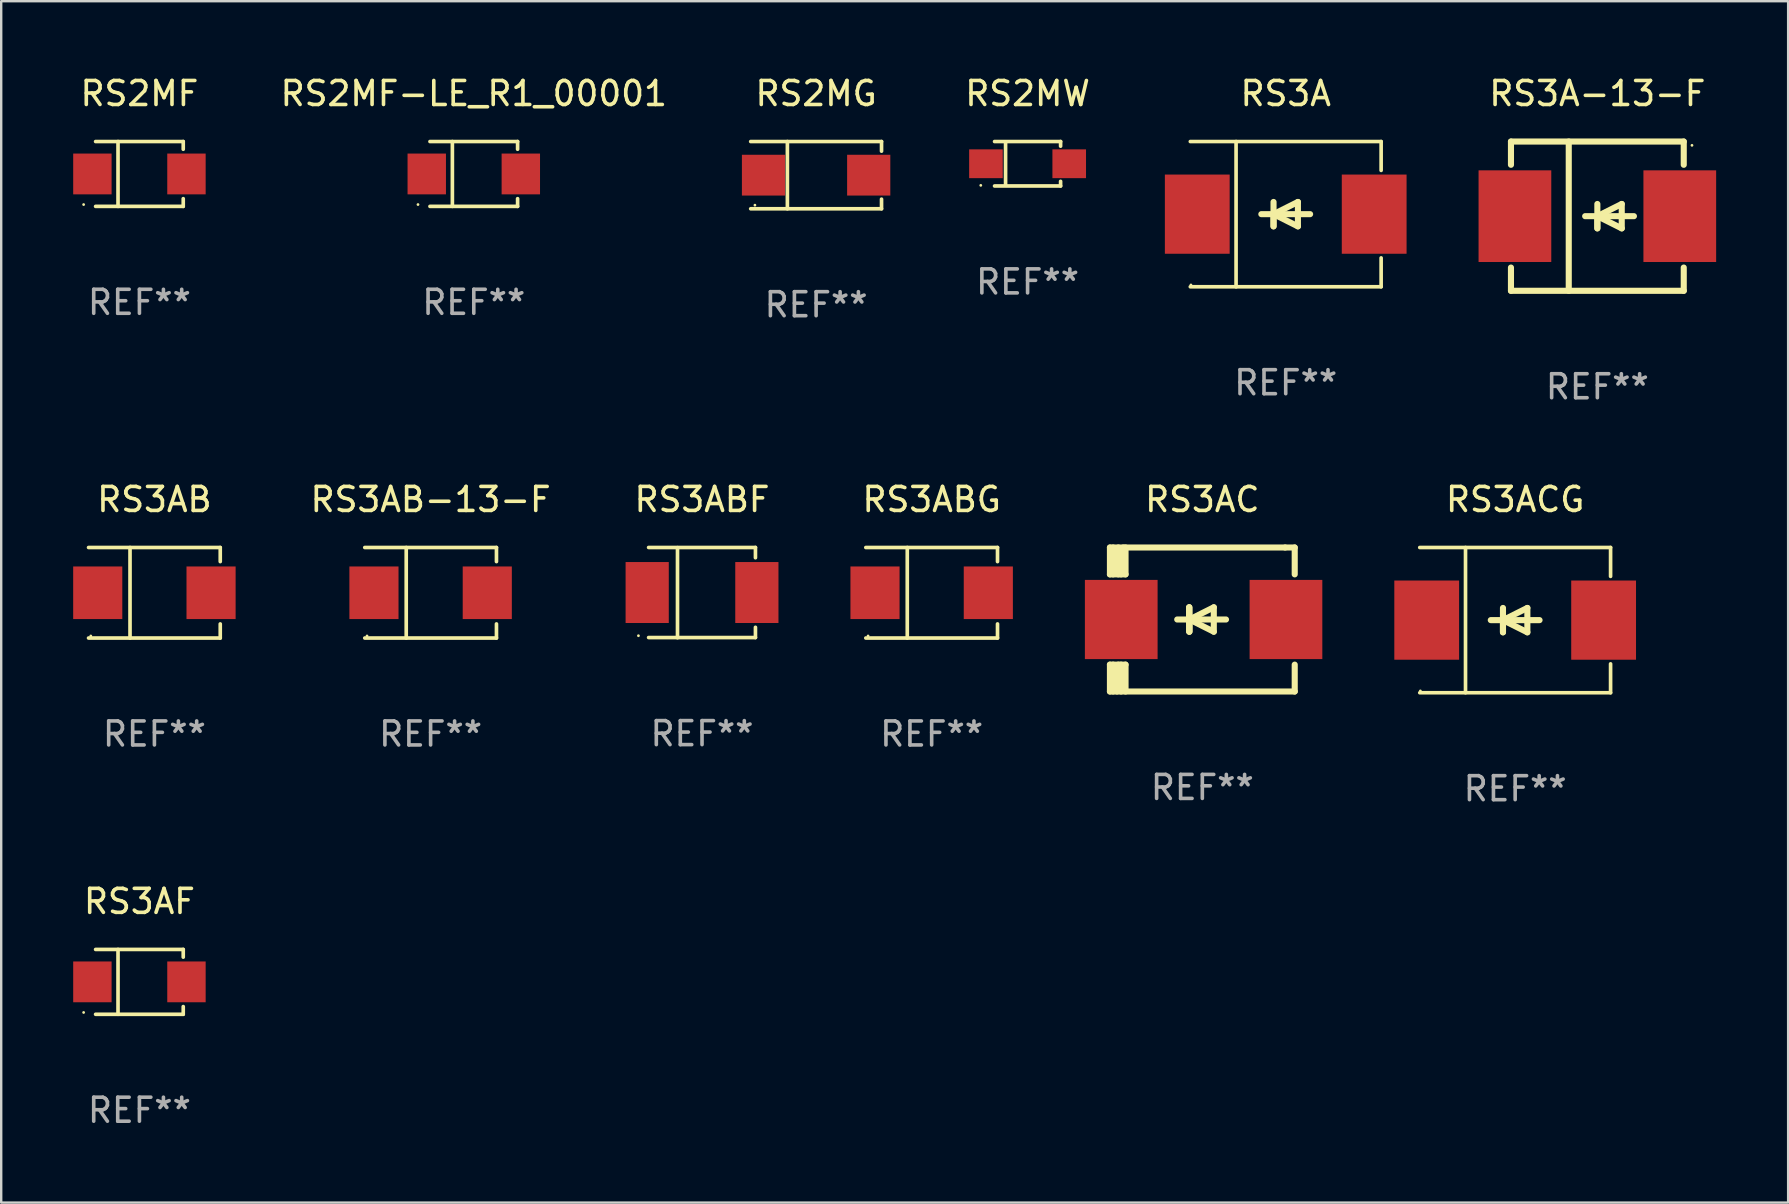
<source format=kicad_pcb>
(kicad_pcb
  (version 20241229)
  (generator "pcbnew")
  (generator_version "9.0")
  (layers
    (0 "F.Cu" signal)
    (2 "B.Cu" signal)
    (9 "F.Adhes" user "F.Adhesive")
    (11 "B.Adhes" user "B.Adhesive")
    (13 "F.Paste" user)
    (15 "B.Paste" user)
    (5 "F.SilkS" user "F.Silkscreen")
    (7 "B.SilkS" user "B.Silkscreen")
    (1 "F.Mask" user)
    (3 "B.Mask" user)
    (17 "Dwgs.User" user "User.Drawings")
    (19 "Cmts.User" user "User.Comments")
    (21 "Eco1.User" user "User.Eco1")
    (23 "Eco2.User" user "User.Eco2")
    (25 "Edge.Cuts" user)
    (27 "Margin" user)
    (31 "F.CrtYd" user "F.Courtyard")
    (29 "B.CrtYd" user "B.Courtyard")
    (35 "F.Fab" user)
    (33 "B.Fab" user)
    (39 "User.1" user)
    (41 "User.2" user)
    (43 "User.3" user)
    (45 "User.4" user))
  (footprint "RS2MW"
    (layer "F.Cu")
    (at 39.77 3.774)
    (property "Reference" "RS2MW" (at 0 -2.926 0) (layer "F.SilkS") (effects (font (size 1 1) (thickness 0.15))))
    (attr through_hole)
    (fp_line (start -1.376 -0.926) (end 1.376 -0.926) (stroke (width 0.152) (type solid)) (layer "F.SilkS"))
    (fp_line (start -1.376 0.926) (end 1.376 0.926) (stroke (width 0.152) (type solid)) (layer "F.SilkS"))
    (fp_line (start -0.917 -0.876) (end -0.917 0.876) (stroke (width 0.152) (type solid)) (layer "F.SilkS"))
    (fp_line (start 1.376 -0.926) (end 1.376 -0.733) (stroke (width 0.152) (type solid)) (layer "F.SilkS"))
    (fp_line (start 1.376 0.926) (end 1.376 0.733) (stroke (width 0.152) (type solid)) (layer "F.SilkS"))
    (fp_circle (center -1.95 0.9) (end -1.92 0.9) (stroke (width 0.06) (type solid)) (fill no) (layer "F.SilkS"))
    (fp_text user "REF**" (at 0 4.926 0) (layer "F.Fab") (effects (font (size 1 1) (thickness 0.15))))
    (pad "1" smd rect (at -1.735 0) (size 1.4 1.2) (layers "F.Cu" "F.Mask" "F.Paste"))
    (pad "2" smd rect (at 1.735 0) (size 1.4 1.2) (layers "F.Cu" "F.Mask" "F.Paste")))
  (footprint "RS3AC"
    (layer "F.Cu")
    (at 47.052 22.765)
    (property "Reference" "RS3AC" (at 0 -5 0) (layer "F.SilkS") (effects (font (size 1 1) (thickness 0.15))))
    (attr through_hole)
    (fp_line (start -3.85 -1.881) (end -3.85 -3) (stroke (width 0.254) (type solid)) (layer "F.SilkS"))
    (fp_line (start -3.85 1.881) (end -3.2 1.881) (stroke (width 0.254) (type solid)) (layer "F.SilkS"))
    (fp_line (start -3.85 3) (end -3.85 1.881) (stroke (width 0.254) (type solid)) (layer "F.SilkS"))
    (fp_line (start -3.719 -1.881) (end -3.719 -3) (stroke (width 0.254) (type solid)) (layer "F.SilkS"))
    (fp_line (start -3.719 3) (end -3.719 1.881) (stroke (width 0.254) (type solid)) (layer "F.SilkS"))
    (fp_line (start -3.5 -3) (end -3.5 -1.881) (stroke (width 0.254) (type solid)) (layer "F.SilkS"))
    (fp_line (start -3.5 1.881) (end -3.5 2.944) (stroke (width 0.254) (type solid)) (layer "F.SilkS"))
    (fp_line (start -3.5 2.944) (end -3.556 3) (stroke (width 0.254) (type solid)) (layer "F.SilkS"))
    (fp_line (start -3.388 -2.906) (end -3.295 -3) (stroke (width 0.254) (type solid)) (layer "F.SilkS"))
    (fp_line (start -3.388 -1.881) (end -3.388 -2.906) (stroke (width 0.254) (type solid)) (layer "F.SilkS"))
    (fp_line (start -3.388 3) (end -3.388 1.881) (stroke (width 0.254) (type solid)) (layer "F.SilkS"))
    (fp_line (start -3.2 -3) (end -3.2 -1.881) (stroke (width 0.254) (type solid)) (layer "F.SilkS"))
    (fp_line (start -3.2 -1.881) (end -3.85 -1.881) (stroke (width 0.254) (type solid)) (layer "F.SilkS"))
    (fp_line (start -3.2 1.881) (end -3.2 3) (stroke (width 0.254) (type solid)) (layer "F.SilkS"))
    (fp_line (start -0.55 -0.508) (end -0.55 0.508) (stroke (width 0.254) (type solid)) (layer "F.SilkS"))
    (fp_line (start -0.55 0) (end -0.55 -0.508) (stroke (width 0.254) (type solid)) (layer "F.SilkS"))
    (fp_line (start -0.538 0) (end -0.538 0.508) (stroke (width 0.254) (type solid)) (layer "F.SilkS"))
    (fp_line (start -0.538 0) (end 0.478 0.508) (stroke (width 0.254) (type solid)) (layer "F.SilkS"))
    (fp_line (start -0.538 0.508) (end -0.538 -0.508) (stroke (width 0.254) (type solid)) (layer "F.SilkS"))
    (fp_line (start 0.478 -0.508) (end -0.538 0) (stroke (width 0.254) (type solid)) (layer "F.SilkS"))
    (fp_line (start 0.478 0.508) (end 0.478 -0.508) (stroke (width 0.254) (type solid)) (layer "F.SilkS"))
    (fp_line (start 0.986 0) (end -1.046 0) (stroke (width 0.254) (type solid)) (layer "F.SilkS"))
    (fp_line (start 3.45 -3) (end -3.85 -3) (stroke (width 0.254) (type solid)) (layer "F.SilkS"))
    (fp_line (start 3.45 -3) (end 3.85 -3) (stroke (width 0.254) (type solid)) (layer "F.SilkS"))
    (fp_line (start 3.85 -3) (end 3.85 -1.881) (stroke (width 0.254) (type solid)) (layer "F.SilkS"))
    (fp_line (start 3.85 1.881) (end 3.85 3) (stroke (width 0.254) (type solid)) (layer "F.SilkS"))
    (fp_line (start 3.85 3) (end -3.85 3) (stroke (width 0.254) (type solid)) (layer "F.SilkS"))
    (fp_circle (center -3.847 2.95) (end -3.817 2.95) (stroke (width 0.06) (type solid)) (fill no) (layer "F.SilkS"))
    (fp_text user "REF**" (at 0 7 0) (layer "F.Fab") (effects (font (size 1 1) (thickness 0.15))))
    (pad "1" smd rect (at -3.379 0) (size 3.03 3.3) (layers "F.Cu" "F.Mask" "F.Paste"))
    (pad "2" smd rect (at 3.485 0) (size 3.03 3.3) (layers "F.Cu" "F.Mask" "F.Paste")))
  (footprint "RS3ABG"
    (layer "F.Cu")
    (at 35.773 21.651)
    (property "Reference" "RS3ABG" (at 0 -3.886 0) (layer "F.SilkS") (effects (font (size 1 1) (thickness 0.15))))
    (attr through_hole)
    (fp_line (start -2.744 -1.886) (end 2.744 -1.886) (stroke (width 0.152) (type solid)) (layer "F.SilkS"))
    (fp_line (start -2.744 1.886) (end 2.744 1.886) (stroke (width 0.152) (type solid)) (layer "F.SilkS"))
    (fp_line (start -1.016 -1.886) (end -1.016 1.886) (stroke (width 0.152) (type solid)) (layer "F.SilkS"))
    (fp_line (start 2.744 -1.886) (end 2.744 -1.299) (stroke (width 0.152) (type solid)) (layer "F.SilkS"))
    (fp_line (start 2.744 1.886) (end 2.744 1.299) (stroke (width 0.152) (type solid)) (layer "F.SilkS"))
    (fp_circle (center -2.65 1.8) (end -2.62 1.8) (stroke (width 0.06) (type solid)) (fill no) (layer "F.SilkS"))
    (fp_text user "REF**" (at 0 5.886 0) (layer "F.Fab") (effects (font (size 1 1) (thickness 0.15))))
    (pad "1" smd rect (at -2.361 0) (size 2.047 2.192) (layers "F.Cu" "F.Mask" "F.Paste"))
    (pad "2" smd rect (at 2.361 0) (size 2.047 2.192) (layers "F.Cu" "F.Mask" "F.Paste")))
  (footprint "RS3A-13-F"
    (layer "F.Cu")
    (at 63.513 5.958)
    (property "Reference" "RS3A-13-F" (at 0 -5.11 0) (layer "F.SilkS") (effects (font (size 1 1) (thickness 0.15))))
    (attr through_hole)
    (fp_line (start -3.6 -3.11) (end -3.6 -2.141) (stroke (width 0.254) (type solid)) (layer "F.SilkS"))
    (fp_line (start -3.6 -3.11) (end 3.6 -3.11) (stroke (width 0.254) (type solid)) (layer "F.SilkS"))
    (fp_line (start -3.6 2.141) (end -3.6 3.11) (stroke (width 0.254) (type solid)) (layer "F.SilkS"))
    (fp_line (start -3.6 3.11) (end 3.6 3.11) (stroke (width 0.254) (type solid)) (layer "F.SilkS"))
    (fp_line (start -1.192 -3.11) (end -1.192 3.11) (stroke (width 0.254) (type solid)) (layer "F.SilkS"))
    (fp_line (start 0 0) (end 0 0.508) (stroke (width 0.254) (type solid)) (layer "F.SilkS"))
    (fp_line (start 0 0) (end 1.016 0.508) (stroke (width 0.254) (type solid)) (layer "F.SilkS"))
    (fp_line (start 0 0.508) (end 0 -0.508) (stroke (width 0.254) (type solid)) (layer "F.SilkS"))
    (fp_line (start 1.016 -0.508) (end 0 0) (stroke (width 0.254) (type solid)) (layer "F.SilkS"))
    (fp_line (start 1.016 0.508) (end 1.016 -0.508) (stroke (width 0.254) (type solid)) (layer "F.SilkS"))
    (fp_line (start 1.524 0) (end -0.508 0) (stroke (width 0.254) (type solid)) (layer "F.SilkS"))
    (fp_line (start 3.6 -3.11) (end 3.6 -2.141) (stroke (width 0.254) (type solid)) (layer "F.SilkS"))
    (fp_line (start 3.6 2.141) (end 3.6 3.11) (stroke (width 0.254) (type solid)) (layer "F.SilkS"))
    (fp_circle (center 3.943 -2.952) (end 3.973 -2.952) (stroke (width 0.06) (type solid)) (fill no) (layer "F.SilkS"))
    (fp_text user "REF**" (at 0 7.11 0) (layer "F.Fab") (effects (font (size 1 1) (thickness 0.15))))
    (pad "1" smd rect (at 3.435 0 180) (size 3.03 3.82) (layers "F.Cu" "F.Mask" "F.Paste"))
    (pad "2" smd rect (at -3.435 0 180) (size 3.03 3.82) (layers "F.Cu" "F.Mask" "F.Paste")))
  (footprint "RS3A"
    (layer "F.Cu")
    (at 50.527 5.874)
    (property "Reference" "RS3A" (at 0 -5.026 0) (layer "F.SilkS") (effects (font (size 1 1) (thickness 0.15))))
    (attr through_hole)
    (fp_line (start -3.976 -3.026) (end 3.976 -3.026) (stroke (width 0.152) (type solid)) (layer "F.SilkS"))
    (fp_line (start -3.976 3.026) (end 3.976 3.026) (stroke (width 0.152) (type solid)) (layer "F.SilkS"))
    (fp_line (start -2.069 -3.026) (end -2.069 3.026) (stroke (width 0.152) (type solid)) (layer "F.SilkS"))
    (fp_line (start -0.508 0) (end -0.508 0.508) (stroke (width 0.254) (type solid)) (layer "F.SilkS"))
    (fp_line (start -0.508 0) (end 0.508 0.508) (stroke (width 0.254) (type solid)) (layer "F.SilkS"))
    (fp_line (start -0.508 0.508) (end -0.508 -0.508) (stroke (width 0.254) (type solid)) (layer "F.SilkS"))
    (fp_line (start 0.508 -0.508) (end -0.508 0) (stroke (width 0.254) (type solid)) (layer "F.SilkS"))
    (fp_line (start 0.508 0.508) (end 0.508 -0.508) (stroke (width 0.254) (type solid)) (layer "F.SilkS"))
    (fp_line (start 1.016 0) (end -1.016 0) (stroke (width 0.254) (type solid)) (layer "F.SilkS"))
    (fp_line (start 3.976 -3.026) (end 3.976 -1.823) (stroke (width 0.152) (type solid)) (layer "F.SilkS"))
    (fp_line (start 3.976 3.026) (end 3.976 1.823) (stroke (width 0.152) (type solid)) (layer "F.SilkS"))
    (fp_circle (center -3.95 2.95) (end -3.92 2.95) (stroke (width 0.06) (type solid)) (fill no) (layer "F.SilkS"))
    (fp_text user "REF**" (at 0 7.026 0) (layer "F.Fab") (effects (font (size 1 1) (thickness 0.15))))
    (pad "1" smd rect (at -3.686 0) (size 2.7 3.3) (layers "F.Cu" "F.Mask" "F.Paste"))
    (pad "2" smd rect (at 3.686 0) (size 2.7 3.3) (layers "F.Cu" "F.Mask" "F.Paste")))
  (footprint "RS2MG"
    (layer "F.Cu")
    (at 30.958 4.249)
    (property "Reference" "RS2MG" (at 0 -3.401 0) (layer "F.SilkS") (effects (font (size 1 1) (thickness 0.15))))
    (attr through_hole)
    (fp_line (start -2.726 -1.401) (end 2.726 -1.401) (stroke (width 0.152) (type solid)) (layer "F.SilkS"))
    (fp_line (start -2.726 1.401) (end 2.726 1.401) (stroke (width 0.152) (type solid)) (layer "F.SilkS"))
    (fp_line (start -1.197 -1.401) (end -1.197 1.401) (stroke (width 0.152) (type solid)) (layer "F.SilkS"))
    (fp_line (start 2.726 -1.401) (end 2.726 -1) (stroke (width 0.152) (type solid)) (layer "F.SilkS"))
    (fp_line (start 2.726 1.401) (end 2.726 1) (stroke (width 0.152) (type solid)) (layer "F.SilkS"))
    (fp_circle (center -2.55 1.25) (end -2.52 1.25) (stroke (width 0.06) (type solid)) (fill no) (layer "F.SilkS"))
    (fp_text user "REF**" (at 0 5.401 0) (layer "F.Fab") (effects (font (size 1 1) (thickness 0.15))))
    (pad "1" smd rect (at -2.192 0) (size 1.8 1.7) (layers "F.Cu" "F.Mask" "F.Paste"))
    (pad "2" smd rect (at 2.192 0) (size 1.8 1.7) (layers "F.Cu" "F.Mask" "F.Paste")))
  (footprint "RS3AB"
    (layer "F.Cu")
    (at 3.384 21.651)
    (property "Reference" "RS3AB" (at 0 -3.886 0) (layer "F.SilkS") (effects (font (size 1 1) (thickness 0.15))))
    (attr through_hole)
    (fp_line (start -2.744 -1.886) (end 2.744 -1.886) (stroke (width 0.152) (type solid)) (layer "F.SilkS"))
    (fp_line (start -2.744 1.886) (end 2.744 1.886) (stroke (width 0.152) (type solid)) (layer "F.SilkS"))
    (fp_line (start -1.016 -1.886) (end -1.016 1.886) (stroke (width 0.152) (type solid)) (layer "F.SilkS"))
    (fp_line (start 2.744 -1.886) (end 2.744 -1.299) (stroke (width 0.152) (type solid)) (layer "F.SilkS"))
    (fp_line (start 2.744 1.886) (end 2.744 1.299) (stroke (width 0.152) (type solid)) (layer "F.SilkS"))
    (fp_circle (center -2.65 1.8) (end -2.62 1.8) (stroke (width 0.06) (type solid)) (fill no) (layer "F.SilkS"))
    (fp_text user "REF**" (at 0 5.886 0) (layer "F.Fab") (effects (font (size 1 1) (thickness 0.15))))
    (pad "1" smd rect (at -2.361 0) (size 2.047 2.192) (layers "F.Cu" "F.Mask" "F.Paste"))
    (pad "2" smd rect (at 2.361 0) (size 2.047 2.192) (layers "F.Cu" "F.Mask" "F.Paste")))
  (footprint "RS3AF"
    (layer "F.Cu")
    (at 2.76 37.865)
    (property "Reference" "RS3AF" (at 0 -3.351 0) (layer "F.SilkS") (effects (font (size 1 1) (thickness 0.15))))
    (attr through_hole)
    (fp_line (start -1.826 -1.351) (end 1.826 -1.351) (stroke (width 0.152) (type solid)) (layer "F.SilkS"))
    (fp_line (start -1.826 1.351) (end 1.826 1.351) (stroke (width 0.152) (type solid)) (layer "F.SilkS"))
    (fp_line (start -0.892 -1.351) (end -0.892 1.351) (stroke (width 0.152) (type solid)) (layer "F.SilkS"))
    (fp_line (start 1.826 -1.351) (end 1.826 -1.03) (stroke (width 0.152) (type solid)) (layer "F.SilkS"))
    (fp_line (start 1.826 1.03) (end 1.826 1.351) (stroke (width 0.152) (type solid)) (layer "F.SilkS"))
    (fp_circle (center -2.325 1.275) (end -2.295 1.275) (stroke (width 0.06) (type solid)) (fill no) (layer "F.SilkS"))
    (fp_text user "REF**" (at 0 5.351 0) (layer "F.Fab") (effects (font (size 1 1) (thickness 0.15))))
    (pad "1" smd rect (at -1.96 0 180) (size 1.6 1.7) (layers "F.Cu" "F.Mask" "F.Paste"))
    (pad "2" smd rect (at 1.96 0 180) (size 1.6 1.7) (layers "F.Cu" "F.Mask" "F.Paste")))
  (footprint "RS2MF"
    (layer "F.Cu")
    (at 2.76 4.199)
    (property "Reference" "RS2MF" (at 0 -3.351 0) (layer "F.SilkS") (effects (font (size 1 1) (thickness 0.15))))
    (attr through_hole)
    (fp_line (start -1.826 -1.351) (end 1.826 -1.351) (stroke (width 0.152) (type solid)) (layer "F.SilkS"))
    (fp_line (start -1.826 1.351) (end 1.826 1.351) (stroke (width 0.152) (type solid)) (layer "F.SilkS"))
    (fp_line (start -0.892 -1.351) (end -0.892 1.351) (stroke (width 0.152) (type solid)) (layer "F.SilkS"))
    (fp_line (start 1.826 -1.351) (end 1.826 -1.03) (stroke (width 0.152) (type solid)) (layer "F.SilkS"))
    (fp_line (start 1.826 1.03) (end 1.826 1.351) (stroke (width 0.152) (type solid)) (layer "F.SilkS"))
    (fp_circle (center -2.325 1.275) (end -2.295 1.275) (stroke (width 0.06) (type solid)) (fill no) (layer "F.SilkS"))
    (fp_text user "REF**" (at 0 5.351 0) (layer "F.Fab") (effects (font (size 1 1) (thickness 0.15))))
    (pad "1" smd rect (at -1.96 0 180) (size 1.6 1.7) (layers "F.Cu" "F.Mask" "F.Paste"))
    (pad "2" smd rect (at 1.96 0 180) (size 1.6 1.7) (layers "F.Cu" "F.Mask" "F.Paste")))
  (footprint "RS3ABF"
    (layer "F.Cu")
    (at 26.204 21.644)
    (property "Reference" "RS3ABF" (at 0 -3.88 0) (layer "F.SilkS") (effects (font (size 1 1) (thickness 0.15))))
    (attr through_hole)
    (fp_line (start -2.226 -1.88) (end 2.226 -1.88) (stroke (width 0.152) (type solid)) (layer "F.SilkS"))
    (fp_line (start -2.226 1.873) (end 2.226 1.873) (stroke (width 0.152) (type solid)) (layer "F.SilkS"))
    (fp_line (start -1.022 -1.873) (end -1.022 1.88) (stroke (width 0.152) (type solid)) (layer "F.SilkS"))
    (fp_line (start 2.226 -1.88) (end 2.226 -1.453) (stroke (width 0.152) (type solid)) (layer "F.SilkS"))
    (fp_line (start 2.226 1.447) (end 2.226 1.873) (stroke (width 0.152) (type solid)) (layer "F.SilkS"))
    (fp_circle (center -2.65 1.797) (end -2.62 1.797) (stroke (width 0.06) (type solid)) (fill no) (layer "F.SilkS"))
    (fp_text user "REF**" (at 0 5.88 0) (layer "F.Fab") (effects (font (size 1 1) (thickness 0.15))))
    (pad "1" smd rect (at -2.285 -0.003) (size 1.8 2.54) (layers "F.Cu" "F.Mask" "F.Paste"))
    (pad "2" smd rect (at 2.285 -0.003) (size 1.8 2.54) (layers "F.Cu" "F.Mask" "F.Paste")))
  (footprint "RS2MF-LE_R1_00001"
    (layer "F.Cu")
    (at 16.693 4.199)
    (property "Reference" "RS2MF-LE_R1_00001" (at 0 -3.351 0) (layer "F.SilkS") (effects (font (size 1 1) (thickness 0.15))))
    (attr through_hole)
    (fp_line (start -1.826 -1.351) (end 1.826 -1.351) (stroke (width 0.152) (type solid)) (layer "F.SilkS"))
    (fp_line (start -1.826 1.351) (end 1.826 1.351) (stroke (width 0.152) (type solid)) (layer "F.SilkS"))
    (fp_line (start -0.892 -1.351) (end -0.892 1.351) (stroke (width 0.152) (type solid)) (layer "F.SilkS"))
    (fp_line (start 1.826 -1.351) (end 1.826 -1.03) (stroke (width 0.152) (type solid)) (layer "F.SilkS"))
    (fp_line (start 1.826 1.03) (end 1.826 1.351) (stroke (width 0.152) (type solid)) (layer "F.SilkS"))
    (fp_circle (center -2.325 1.275) (end -2.295 1.275) (stroke (width 0.06) (type solid)) (fill no) (layer "F.SilkS"))
    (fp_text user "REF**" (at 0 5.351 0) (layer "F.Fab") (effects (font (size 1 1) (thickness 0.15))))
    (pad "1" smd rect (at -1.96 0 180) (size 1.6 1.7) (layers "F.Cu" "F.Mask" "F.Paste"))
    (pad "2" smd rect (at 1.96 0 180) (size 1.6 1.7) (layers "F.Cu" "F.Mask" "F.Paste")))
  (footprint "RS3AB-13-F"
    (layer "F.Cu")
    (at 14.894 21.651)
    (property "Reference" "RS3AB-13-F" (at 0 -3.886 0) (layer "F.SilkS") (effects (font (size 1 1) (thickness 0.15))))
    (attr through_hole)
    (fp_line (start -2.744 -1.886) (end 2.744 -1.886) (stroke (width 0.152) (type solid)) (layer "F.SilkS"))
    (fp_line (start -2.744 1.886) (end 2.744 1.886) (stroke (width 0.152) (type solid)) (layer "F.SilkS"))
    (fp_line (start -1.016 -1.886) (end -1.016 1.886) (stroke (width 0.152) (type solid)) (layer "F.SilkS"))
    (fp_line (start 2.744 -1.886) (end 2.744 -1.299) (stroke (width 0.152) (type solid)) (layer "F.SilkS"))
    (fp_line (start 2.744 1.886) (end 2.744 1.299) (stroke (width 0.152) (type solid)) (layer "F.SilkS"))
    (fp_circle (center -2.65 1.8) (end -2.62 1.8) (stroke (width 0.06) (type solid)) (fill no) (layer "F.SilkS"))
    (fp_text user "REF**" (at 0 5.886 0) (layer "F.Fab") (effects (font (size 1 1) (thickness 0.15))))
    (pad "1" smd rect (at -2.361 0) (size 2.047 2.192) (layers "F.Cu" "F.Mask" "F.Paste"))
    (pad "2" smd rect (at 2.361 0) (size 2.047 2.192) (layers "F.Cu" "F.Mask" "F.Paste")))
  (footprint "RS3ACG"
    (layer "F.Cu")
    (at 60.088 22.791)
    (property "Reference" "RS3ACG" (at 0 -5.026 0) (layer "F.SilkS") (effects (font (size 1 1) (thickness 0.15))))
    (attr through_hole)
    (fp_line (start -3.976 -3.026) (end 3.976 -3.026) (stroke (width 0.152) (type solid)) (layer "F.SilkS"))
    (fp_line (start -3.976 3.026) (end 3.976 3.026) (stroke (width 0.152) (type solid)) (layer "F.SilkS"))
    (fp_line (start -2.069 -3.026) (end -2.069 3.026) (stroke (width 0.152) (type solid)) (layer "F.SilkS"))
    (fp_line (start -0.508 0) (end -0.508 0.508) (stroke (width 0.254) (type solid)) (layer "F.SilkS"))
    (fp_line (start -0.508 0) (end 0.508 0.508) (stroke (width 0.254) (type solid)) (layer "F.SilkS"))
    (fp_line (start -0.508 0.508) (end -0.508 -0.508) (stroke (width 0.254) (type solid)) (layer "F.SilkS"))
    (fp_line (start 0.508 -0.508) (end -0.508 0) (stroke (width 0.254) (type solid)) (layer "F.SilkS"))
    (fp_line (start 0.508 0.508) (end 0.508 -0.508) (stroke (width 0.254) (type solid)) (layer "F.SilkS"))
    (fp_line (start 1.016 0) (end -1.016 0) (stroke (width 0.254) (type solid)) (layer "F.SilkS"))
    (fp_line (start 3.976 -3.026) (end 3.976 -1.823) (stroke (width 0.152) (type solid)) (layer "F.SilkS"))
    (fp_line (start 3.976 3.026) (end 3.976 1.823) (stroke (width 0.152) (type solid)) (layer "F.SilkS"))
    (fp_circle (center -3.95 2.95) (end -3.92 2.95) (stroke (width 0.06) (type solid)) (fill no) (layer "F.SilkS"))
    (fp_text user "REF**" (at 0 7.026 0) (layer "F.Fab") (effects (font (size 1 1) (thickness 0.15))))
    (pad "1" smd rect (at -3.686 0) (size 2.7 3.3) (layers "F.Cu" "F.Mask" "F.Paste"))
    (pad "2" smd rect (at 3.686 0) (size 2.7 3.3) (layers "F.Cu" "F.Mask" "F.Paste")))
  (gr_rect
    (start -3 -3)
    (end 71.463 47.064)
    (stroke (width 0.1) (type default))
    (fill no)
    (layer "Edge.Cuts")))
</source>
